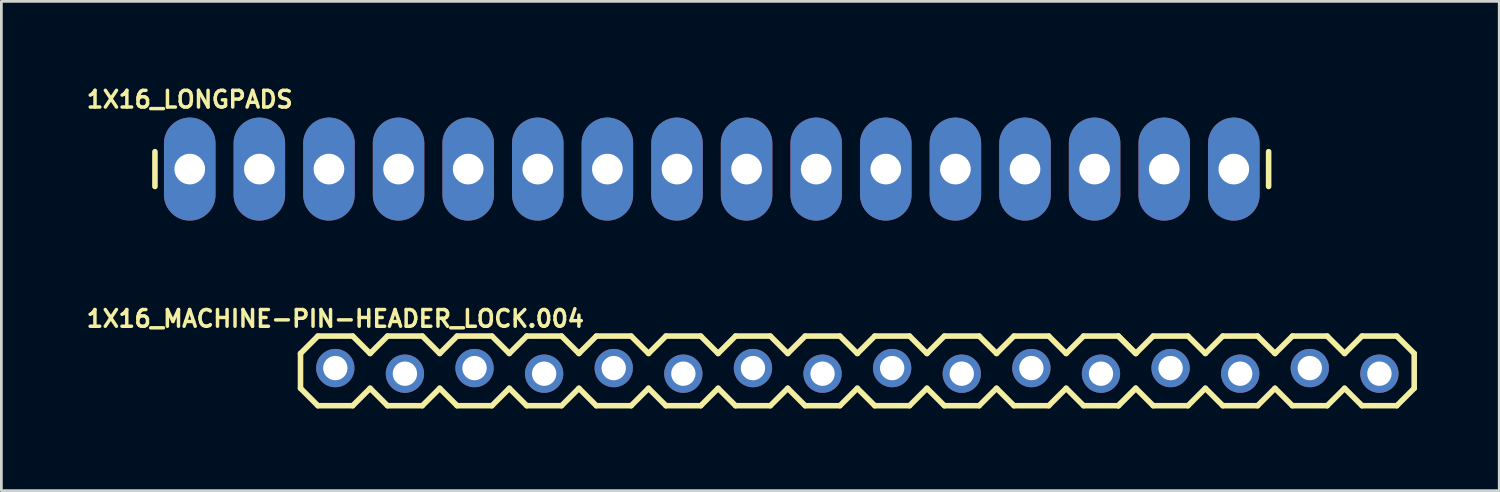
<source format=kicad_pcb>
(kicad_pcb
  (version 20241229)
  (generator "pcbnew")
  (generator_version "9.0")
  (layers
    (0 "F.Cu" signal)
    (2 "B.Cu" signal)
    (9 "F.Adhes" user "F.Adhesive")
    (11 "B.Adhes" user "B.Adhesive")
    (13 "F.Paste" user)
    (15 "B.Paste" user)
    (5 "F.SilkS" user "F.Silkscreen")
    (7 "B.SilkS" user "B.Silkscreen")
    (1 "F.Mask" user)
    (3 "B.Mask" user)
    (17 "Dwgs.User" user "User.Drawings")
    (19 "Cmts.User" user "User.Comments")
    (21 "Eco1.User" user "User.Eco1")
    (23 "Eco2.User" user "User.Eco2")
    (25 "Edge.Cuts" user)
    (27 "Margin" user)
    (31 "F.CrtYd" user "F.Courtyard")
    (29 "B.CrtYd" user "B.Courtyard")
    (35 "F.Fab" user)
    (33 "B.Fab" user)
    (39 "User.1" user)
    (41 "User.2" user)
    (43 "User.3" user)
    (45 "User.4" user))
  (footprint "1X16_LONGPADS"
    (layer "F.Cu")
    (at 3.874 3.12)
    (property "Reference" "1X16_LONGPADS" (at 0 -2.54 0) (layer "F.SilkS") (effects (font (size 0.61 0.61) (thickness 0.127))))
    (attr exclude_from_pos_files exclude_from_bom)
    (fp_line (start -1.27 -0.635) (end -1.27 0.635) (stroke (width 0.203) (type solid)) (layer "F.SilkS"))
    (fp_line (start 39.37 -0.635) (end 39.37 0.635) (stroke (width 0.203) (type solid)) (layer "F.SilkS"))
    (pad "1" thru_hole oval (at 0 0 180) (size 1.88 3.759) (drill 1.118) (layers "*.Cu" "*.Mask"))
    (pad "2" thru_hole oval (at 2.54 0 180) (size 1.88 3.759) (drill 1.118) (layers "*.Cu" "*.Mask"))
    (pad "3" thru_hole oval (at 5.08 0 180) (size 1.88 3.759) (drill 1.118) (layers "*.Cu" "*.Mask"))
    (pad "4" thru_hole oval (at 7.62 0 180) (size 1.88 3.759) (drill 1.118) (layers "*.Cu" "*.Mask"))
    (pad "5" thru_hole oval (at 10.16 0 180) (size 1.88 3.759) (drill 1.118) (layers "*.Cu" "*.Mask"))
    (pad "6" thru_hole oval (at 12.7 0 180) (size 1.88 3.759) (drill 1.118) (layers "*.Cu" "*.Mask"))
    (pad "7" thru_hole oval (at 15.24 0 180) (size 1.88 3.759) (drill 1.118) (layers "*.Cu" "*.Mask"))
    (pad "8" thru_hole oval (at 17.78 0 180) (size 1.88 3.759) (drill 1.118) (layers "*.Cu" "*.Mask"))
    (pad "9" thru_hole oval (at 20.32 0 180) (size 1.88 3.759) (drill 1.118) (layers "*.Cu" "*.Mask"))
    (pad "10" thru_hole oval (at 22.86 0 180) (size 1.88 3.759) (drill 1.118) (layers "*.Cu" "*.Mask"))
    (pad "11" thru_hole oval (at 25.4 0 180) (size 1.88 3.759) (drill 1.118) (layers "*.Cu" "*.Mask"))
    (pad "12" thru_hole oval (at 27.94 0 180) (size 1.88 3.759) (drill 1.118) (layers "*.Cu" "*.Mask"))
    (pad "13" thru_hole oval (at 30.48 0 180) (size 1.88 3.759) (drill 1.118) (layers "*.Cu" "*.Mask"))
    (pad "14" thru_hole oval (at 33.02 0 180) (size 1.88 3.759) (drill 1.118) (layers "*.Cu" "*.Mask"))
    (pad "15" thru_hole oval (at 35.56 0 180) (size 1.88 3.759) (drill 1.118) (layers "*.Cu" "*.Mask"))
    (pad "16" thru_hole oval (at 38.1 0 180) (size 1.88 3.759) (drill 1.118) (layers "*.Cu" "*.Mask")))
  (footprint "1X16_MACHINE-PIN-HEADER_LOCK.004"
    (layer "F.Cu")
    (at 9.186 10.484)
    (property "Reference" "1X16_MACHINE-PIN-HEADER_LOCK.004" (at 0 -1.905 0) (layer "F.SilkS") (effects (font (size 0.61 0.61) (thickness 0.127))))
    (attr exclude_from_pos_files exclude_from_bom)
    (fp_line (start -1.27 -0.635) (end -1.27 0.635) (stroke (width 0.203) (type solid)) (layer "F.SilkS"))
    (fp_line (start -1.27 0.635) (end -0.635 1.27) (stroke (width 0.203) (type solid)) (layer "F.SilkS"))
    (fp_line (start -0.635 -1.27) (end -1.27 -0.635) (stroke (width 0.203) (type solid)) (layer "F.SilkS"))
    (fp_line (start -0.635 -1.27) (end 0.635 -1.27) (stroke (width 0.203) (type solid)) (layer "F.SilkS"))
    (fp_line (start 0.635 -1.27) (end 1.27 -0.635) (stroke (width 0.203) (type solid)) (layer "F.SilkS"))
    (fp_line (start 0.635 1.27) (end -0.635 1.27) (stroke (width 0.203) (type solid)) (layer "F.SilkS"))
    (fp_line (start 1.27 -0.635) (end 1.905 -1.27) (stroke (width 0.203) (type solid)) (layer "F.SilkS"))
    (fp_line (start 1.27 0.635) (end 0.635 1.27) (stroke (width 0.203) (type solid)) (layer "F.SilkS"))
    (fp_line (start 1.905 -1.27) (end 3.175 -1.27) (stroke (width 0.203) (type solid)) (layer "F.SilkS"))
    (fp_line (start 1.905 1.27) (end 1.27 0.635) (stroke (width 0.203) (type solid)) (layer "F.SilkS"))
    (fp_line (start 3.175 -1.27) (end 3.81 -0.635) (stroke (width 0.203) (type solid)) (layer "F.SilkS"))
    (fp_line (start 3.175 1.27) (end 1.905 1.27) (stroke (width 0.203) (type solid)) (layer "F.SilkS"))
    (fp_line (start 3.81 -0.635) (end 4.445 -1.27) (stroke (width 0.203) (type solid)) (layer "F.SilkS"))
    (fp_line (start 3.81 0.635) (end 3.175 1.27) (stroke (width 0.203) (type solid)) (layer "F.SilkS"))
    (fp_line (start 4.445 -1.27) (end 5.715 -1.27) (stroke (width 0.203) (type solid)) (layer "F.SilkS"))
    (fp_line (start 4.445 1.27) (end 3.81 0.635) (stroke (width 0.203) (type solid)) (layer "F.SilkS"))
    (fp_line (start 5.715 -1.27) (end 6.35 -0.635) (stroke (width 0.203) (type solid)) (layer "F.SilkS"))
    (fp_line (start 5.715 1.27) (end 4.445 1.27) (stroke (width 0.203) (type solid)) (layer "F.SilkS"))
    (fp_line (start 6.35 0.635) (end 5.715 1.27) (stroke (width 0.203) (type solid)) (layer "F.SilkS"))
    (fp_line (start 6.35 0.635) (end 6.985 1.27) (stroke (width 0.203) (type solid)) (layer "F.SilkS"))
    (fp_line (start 6.985 -1.27) (end 6.35 -0.635) (stroke (width 0.203) (type solid)) (layer "F.SilkS"))
    (fp_line (start 6.985 -1.27) (end 8.255 -1.27) (stroke (width 0.203) (type solid)) (layer "F.SilkS"))
    (fp_line (start 8.255 -1.27) (end 8.89 -0.635) (stroke (width 0.203) (type solid)) (layer "F.SilkS"))
    (fp_line (start 8.255 1.27) (end 6.985 1.27) (stroke (width 0.203) (type solid)) (layer "F.SilkS"))
    (fp_line (start 8.89 -0.635) (end 9.525 -1.27) (stroke (width 0.203) (type solid)) (layer "F.SilkS"))
    (fp_line (start 8.89 0.635) (end 8.255 1.27) (stroke (width 0.203) (type solid)) (layer "F.SilkS"))
    (fp_line (start 9.525 -1.27) (end 10.795 -1.27) (stroke (width 0.203) (type solid)) (layer "F.SilkS"))
    (fp_line (start 9.525 1.27) (end 8.89 0.635) (stroke (width 0.203) (type solid)) (layer "F.SilkS"))
    (fp_line (start 10.795 -1.27) (end 11.43 -0.635) (stroke (width 0.203) (type solid)) (layer "F.SilkS"))
    (fp_line (start 10.795 1.27) (end 9.525 1.27) (stroke (width 0.203) (type solid)) (layer "F.SilkS"))
    (fp_line (start 11.43 -0.635) (end 12.065 -1.27) (stroke (width 0.203) (type solid)) (layer "F.SilkS"))
    (fp_line (start 11.43 0.635) (end 10.795 1.27) (stroke (width 0.203) (type solid)) (layer "F.SilkS"))
    (fp_line (start 12.065 -1.27) (end 13.335 -1.27) (stroke (width 0.203) (type solid)) (layer "F.SilkS"))
    (fp_line (start 12.065 1.27) (end 11.43 0.635) (stroke (width 0.203) (type solid)) (layer "F.SilkS"))
    (fp_line (start 13.335 -1.27) (end 13.97 -0.635) (stroke (width 0.203) (type solid)) (layer "F.SilkS"))
    (fp_line (start 13.335 1.27) (end 12.065 1.27) (stroke (width 0.203) (type solid)) (layer "F.SilkS"))
    (fp_line (start 13.97 0.635) (end 13.335 1.27) (stroke (width 0.203) (type solid)) (layer "F.SilkS"))
    (fp_line (start 13.97 0.635) (end 14.605 1.27) (stroke (width 0.203) (type solid)) (layer "F.SilkS"))
    (fp_line (start 14.605 -1.27) (end 13.97 -0.635) (stroke (width 0.203) (type solid)) (layer "F.SilkS"))
    (fp_line (start 14.605 -1.27) (end 15.875 -1.27) (stroke (width 0.203) (type solid)) (layer "F.SilkS"))
    (fp_line (start 15.875 -1.27) (end 16.51 -0.635) (stroke (width 0.203) (type solid)) (layer "F.SilkS"))
    (fp_line (start 15.875 1.27) (end 14.605 1.27) (stroke (width 0.203) (type solid)) (layer "F.SilkS"))
    (fp_line (start 16.51 -0.635) (end 17.145 -1.27) (stroke (width 0.203) (type solid)) (layer "F.SilkS"))
    (fp_line (start 16.51 0.635) (end 15.875 1.27) (stroke (width 0.203) (type solid)) (layer "F.SilkS"))
    (fp_line (start 17.145 -1.27) (end 18.415 -1.27) (stroke (width 0.203) (type solid)) (layer "F.SilkS"))
    (fp_line (start 17.145 1.27) (end 16.51 0.635) (stroke (width 0.203) (type solid)) (layer "F.SilkS"))
    (fp_line (start 18.415 -1.27) (end 19.05 -0.635) (stroke (width 0.203) (type solid)) (layer "F.SilkS"))
    (fp_line (start 18.415 1.27) (end 17.145 1.27) (stroke (width 0.203) (type solid)) (layer "F.SilkS"))
    (fp_line (start 19.05 -0.635) (end 19.685 -1.27) (stroke (width 0.203) (type solid)) (layer "F.SilkS"))
    (fp_line (start 19.05 0.635) (end 18.415 1.27) (stroke (width 0.203) (type solid)) (layer "F.SilkS"))
    (fp_line (start 19.685 -1.27) (end 20.955 -1.27) (stroke (width 0.203) (type solid)) (layer "F.SilkS"))
    (fp_line (start 19.685 1.27) (end 19.05 0.635) (stroke (width 0.203) (type solid)) (layer "F.SilkS"))
    (fp_line (start 20.955 -1.27) (end 21.59 -0.635) (stroke (width 0.203) (type solid)) (layer "F.SilkS"))
    (fp_line (start 20.955 1.27) (end 19.685 1.27) (stroke (width 0.203) (type solid)) (layer "F.SilkS"))
    (fp_line (start 21.59 0.635) (end 20.955 1.27) (stroke (width 0.203) (type solid)) (layer "F.SilkS"))
    (fp_line (start 21.59 0.635) (end 22.225 1.27) (stroke (width 0.203) (type solid)) (layer "F.SilkS"))
    (fp_line (start 22.225 -1.27) (end 21.59 -0.635) (stroke (width 0.203) (type solid)) (layer "F.SilkS"))
    (fp_line (start 22.225 -1.27) (end 23.495 -1.27) (stroke (width 0.203) (type solid)) (layer "F.SilkS"))
    (fp_line (start 23.495 -1.27) (end 24.13 -0.635) (stroke (width 0.203) (type solid)) (layer "F.SilkS"))
    (fp_line (start 23.495 1.27) (end 22.225 1.27) (stroke (width 0.203) (type solid)) (layer "F.SilkS"))
    (fp_line (start 24.13 -0.635) (end 24.765 -1.27) (stroke (width 0.203) (type solid)) (layer "F.SilkS"))
    (fp_line (start 24.13 0.635) (end 23.495 1.27) (stroke (width 0.203) (type solid)) (layer "F.SilkS"))
    (fp_line (start 24.765 -1.27) (end 26.035 -1.27) (stroke (width 0.203) (type solid)) (layer "F.SilkS"))
    (fp_line (start 24.765 1.27) (end 24.13 0.635) (stroke (width 0.203) (type solid)) (layer "F.SilkS"))
    (fp_line (start 26.035 -1.27) (end 26.67 -0.635) (stroke (width 0.203) (type solid)) (layer "F.SilkS"))
    (fp_line (start 26.035 1.27) (end 24.765 1.27) (stroke (width 0.203) (type solid)) (layer "F.SilkS"))
    (fp_line (start 26.67 -0.635) (end 27.305 -1.27) (stroke (width 0.203) (type solid)) (layer "F.SilkS"))
    (fp_line (start 26.67 0.635) (end 26.035 1.27) (stroke (width 0.203) (type solid)) (layer "F.SilkS"))
    (fp_line (start 27.305 -1.27) (end 28.575 -1.27) (stroke (width 0.203) (type solid)) (layer "F.SilkS"))
    (fp_line (start 27.305 1.27) (end 26.67 0.635) (stroke (width 0.203) (type solid)) (layer "F.SilkS"))
    (fp_line (start 28.575 -1.27) (end 29.21 -0.635) (stroke (width 0.203) (type solid)) (layer "F.SilkS"))
    (fp_line (start 28.575 -1.27) (end 29.21 -0.635) (stroke (width 0.203) (type solid)) (layer "F.SilkS"))
    (fp_line (start 28.575 1.27) (end 27.305 1.27) (stroke (width 0.203) (type solid)) (layer "F.SilkS"))
    (fp_line (start 29.21 -0.635) (end 29.845 -1.27) (stroke (width 0.203) (type solid)) (layer "F.SilkS"))
    (fp_line (start 29.21 0.635) (end 28.575 1.27) (stroke (width 0.203) (type solid)) (layer "F.SilkS"))
    (fp_line (start 29.21 0.635) (end 28.575 1.27) (stroke (width 0.203) (type solid)) (layer "F.SilkS"))
    (fp_line (start 29.845 -1.27) (end 31.115 -1.27) (stroke (width 0.203) (type solid)) (layer "F.SilkS"))
    (fp_line (start 29.845 1.27) (end 29.21 0.635) (stroke (width 0.203) (type solid)) (layer "F.SilkS"))
    (fp_line (start 31.115 -1.27) (end 31.75 -0.635) (stroke (width 0.203) (type solid)) (layer "F.SilkS"))
    (fp_line (start 31.115 1.27) (end 29.845 1.27) (stroke (width 0.203) (type solid)) (layer "F.SilkS"))
    (fp_line (start 31.75 0.635) (end 31.115 1.27) (stroke (width 0.203) (type solid)) (layer "F.SilkS"))
    (fp_line (start 31.75 0.635) (end 32.385 1.27) (stroke (width 0.203) (type solid)) (layer "F.SilkS"))
    (fp_line (start 32.385 -1.27) (end 31.75 -0.635) (stroke (width 0.203) (type solid)) (layer "F.SilkS"))
    (fp_line (start 32.385 -1.27) (end 33.655 -1.27) (stroke (width 0.203) (type solid)) (layer "F.SilkS"))
    (fp_line (start 33.655 -1.27) (end 34.29 -0.635) (stroke (width 0.203) (type solid)) (layer "F.SilkS"))
    (fp_line (start 33.655 1.27) (end 32.385 1.27) (stroke (width 0.203) (type solid)) (layer "F.SilkS"))
    (fp_line (start 34.29 -0.635) (end 34.925 -1.27) (stroke (width 0.203) (type solid)) (layer "F.SilkS"))
    (fp_line (start 34.29 0.635) (end 33.655 1.27) (stroke (width 0.203) (type solid)) (layer "F.SilkS"))
    (fp_line (start 34.925 -1.27) (end 36.195 -1.27) (stroke (width 0.203) (type solid)) (layer "F.SilkS"))
    (fp_line (start 34.925 1.27) (end 34.29 0.635) (stroke (width 0.203) (type solid)) (layer "F.SilkS"))
    (fp_line (start 36.195 -1.27) (end 36.83 -0.635) (stroke (width 0.203) (type solid)) (layer "F.SilkS"))
    (fp_line (start 36.195 1.27) (end 34.925 1.27) (stroke (width 0.203) (type solid)) (layer "F.SilkS"))
    (fp_line (start 36.83 -0.635) (end 37.465 -1.27) (stroke (width 0.203) (type solid)) (layer "F.SilkS"))
    (fp_line (start 36.83 0.635) (end 36.195 1.27) (stroke (width 0.203) (type solid)) (layer "F.SilkS"))
    (fp_line (start 37.465 -1.27) (end 38.735 -1.27) (stroke (width 0.203) (type solid)) (layer "F.SilkS"))
    (fp_line (start 37.465 1.27) (end 36.83 0.635) (stroke (width 0.203) (type solid)) (layer "F.SilkS"))
    (fp_line (start 38.735 -1.27) (end 39.37 -0.635) (stroke (width 0.203) (type solid)) (layer "F.SilkS"))
    (fp_line (start 38.735 1.27) (end 37.465 1.27) (stroke (width 0.203) (type solid)) (layer "F.SilkS"))
    (fp_line (start 39.37 -0.635) (end 39.37 0.635) (stroke (width 0.203) (type solid)) (layer "F.SilkS"))
    (fp_line (start 39.37 0.635) (end 38.735 1.27) (stroke (width 0.203) (type solid)) (layer "F.SilkS"))
    (pad "1" thru_hole circle (at 0 -0.102) (size 1.397 1.397) (drill 0.889) (layers "*.Cu" "*.Mask"))
    (pad "2" thru_hole circle (at 2.54 0.102) (size 1.397 1.397) (drill 0.889) (layers "*.Cu" "*.Mask"))
    (pad "3" thru_hole circle (at 5.08 -0.102) (size 1.397 1.397) (drill 0.889) (layers "*.Cu" "*.Mask"))
    (pad "4" thru_hole circle (at 7.62 0.102) (size 1.397 1.397) (drill 0.889) (layers "*.Cu" "*.Mask"))
    (pad "5" thru_hole circle (at 10.16 -0.102) (size 1.397 1.397) (drill 0.889) (layers "*.Cu" "*.Mask"))
    (pad "6" thru_hole circle (at 12.7 0.102) (size 1.397 1.397) (drill 0.889) (layers "*.Cu" "*.Mask"))
    (pad "7" thru_hole circle (at 15.24 -0.102) (size 1.397 1.397) (drill 0.889) (layers "*.Cu" "*.Mask"))
    (pad "8" thru_hole circle (at 17.78 0.102) (size 1.397 1.397) (drill 0.889) (layers "*.Cu" "*.Mask"))
    (pad "9" thru_hole circle (at 20.32 -0.102) (size 1.397 1.397) (drill 0.889) (layers "*.Cu" "*.Mask"))
    (pad "10" thru_hole circle (at 22.86 0.102) (size 1.397 1.397) (drill 0.889) (layers "*.Cu" "*.Mask"))
    (pad "11" thru_hole circle (at 25.4 -0.102) (size 1.397 1.397) (drill 0.889) (layers "*.Cu" "*.Mask"))
    (pad "12" thru_hole circle (at 27.94 0.102) (size 1.397 1.397) (drill 0.889) (layers "*.Cu" "*.Mask"))
    (pad "13" thru_hole circle (at 30.48 -0.102) (size 1.397 1.397) (drill 0.889) (layers "*.Cu" "*.Mask"))
    (pad "14" thru_hole circle (at 33.02 0.102) (size 1.397 1.397) (drill 0.889) (layers "*.Cu" "*.Mask"))
    (pad "15" thru_hole circle (at 35.56 -0.102) (size 1.397 1.397) (drill 0.889) (layers "*.Cu" "*.Mask"))
    (pad "16" thru_hole circle (at 38.1 0.102) (size 1.397 1.397) (drill 0.889) (layers "*.Cu" "*.Mask")))
  (gr_rect
    (start -3 -3)
    (end 51.658 14.855)
    (stroke (width 0.1) (type default))
    (fill no)
    (layer "Edge.Cuts")))
</source>
